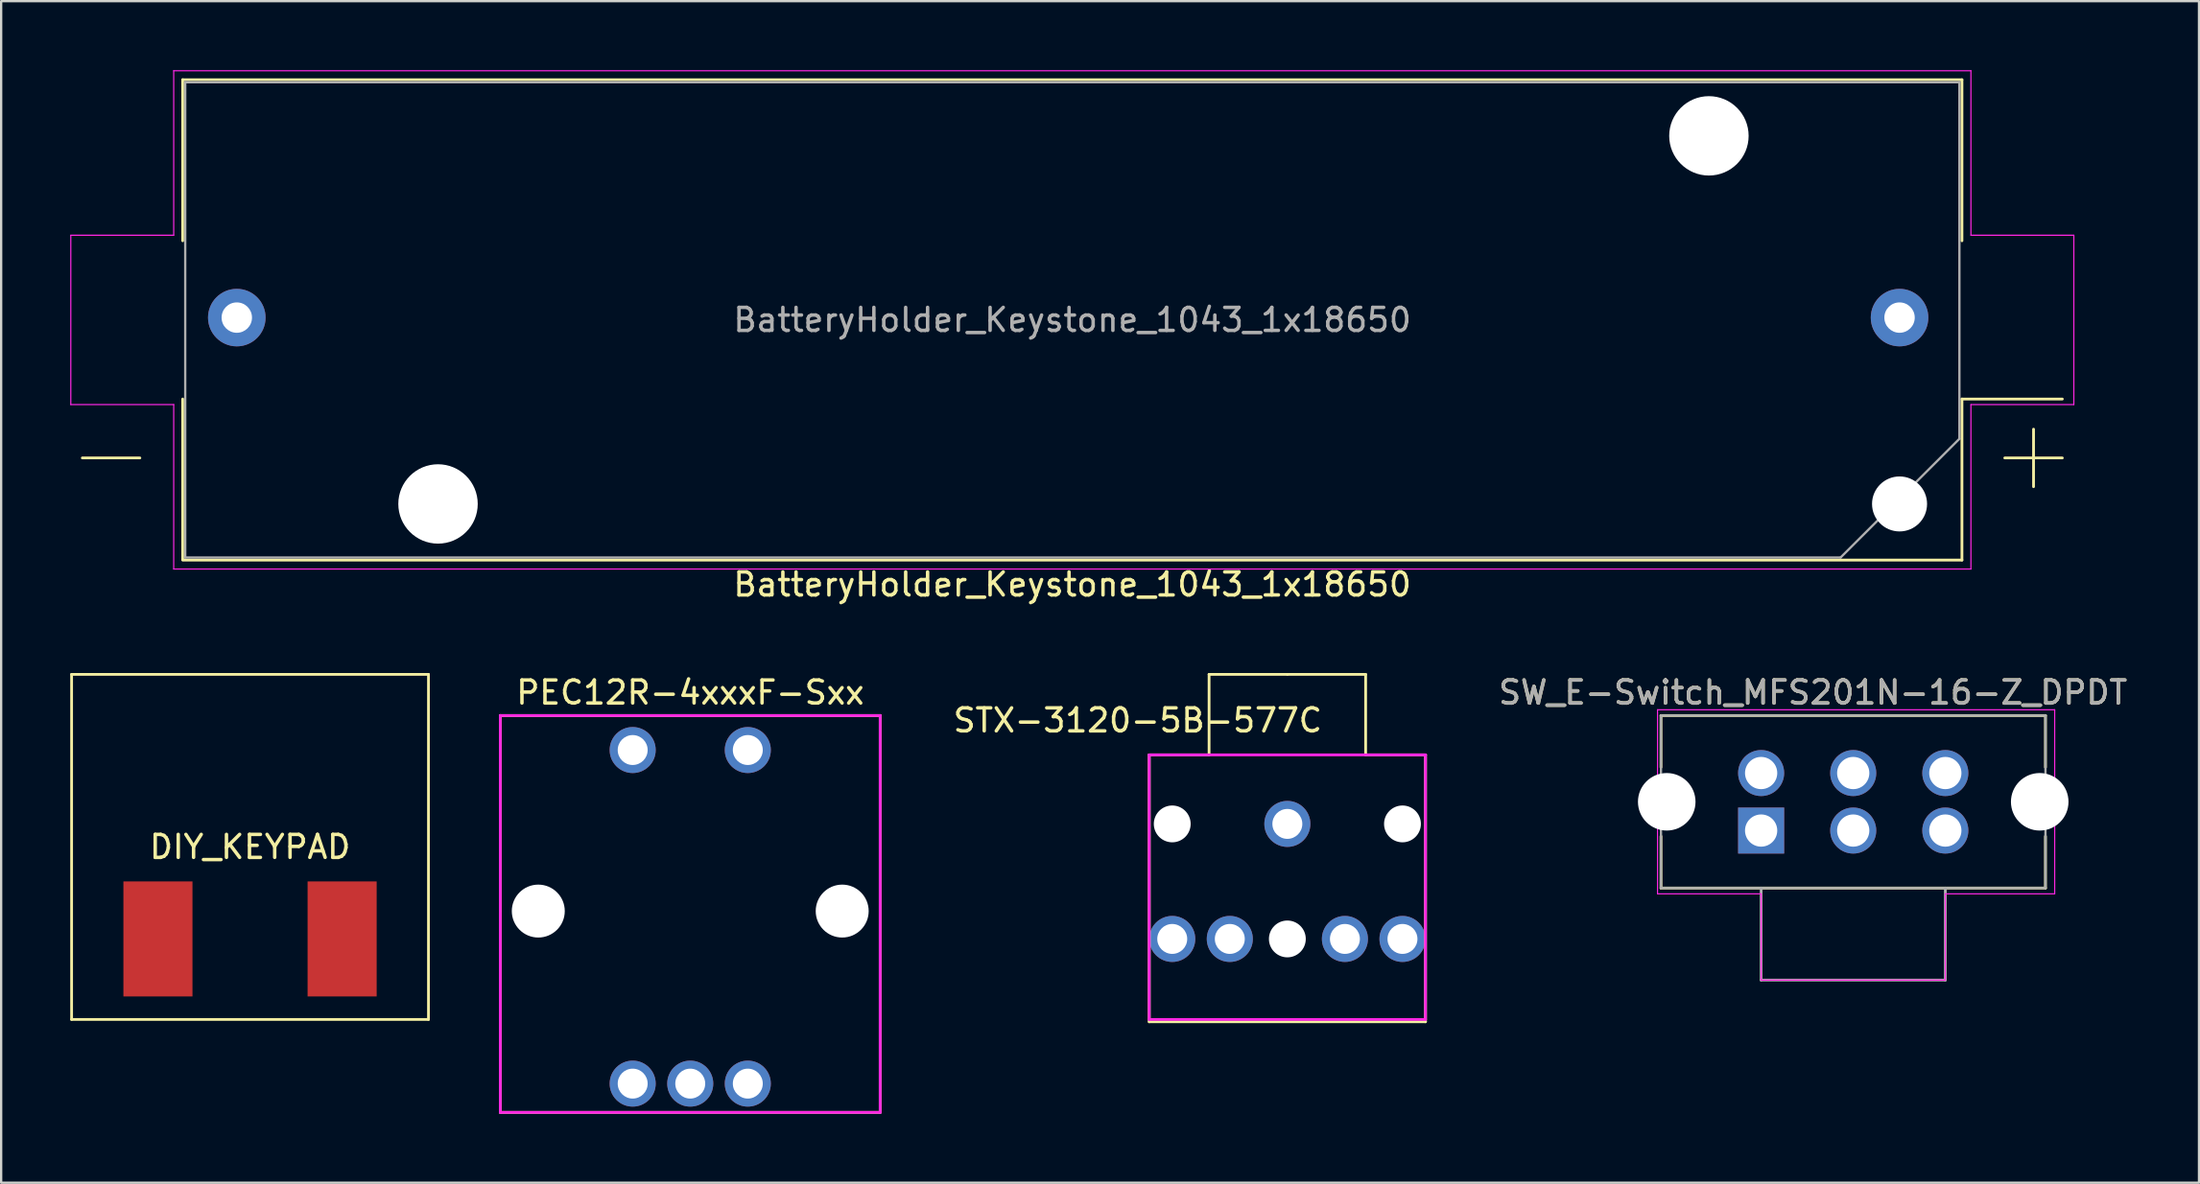
<source format=kicad_pcb>
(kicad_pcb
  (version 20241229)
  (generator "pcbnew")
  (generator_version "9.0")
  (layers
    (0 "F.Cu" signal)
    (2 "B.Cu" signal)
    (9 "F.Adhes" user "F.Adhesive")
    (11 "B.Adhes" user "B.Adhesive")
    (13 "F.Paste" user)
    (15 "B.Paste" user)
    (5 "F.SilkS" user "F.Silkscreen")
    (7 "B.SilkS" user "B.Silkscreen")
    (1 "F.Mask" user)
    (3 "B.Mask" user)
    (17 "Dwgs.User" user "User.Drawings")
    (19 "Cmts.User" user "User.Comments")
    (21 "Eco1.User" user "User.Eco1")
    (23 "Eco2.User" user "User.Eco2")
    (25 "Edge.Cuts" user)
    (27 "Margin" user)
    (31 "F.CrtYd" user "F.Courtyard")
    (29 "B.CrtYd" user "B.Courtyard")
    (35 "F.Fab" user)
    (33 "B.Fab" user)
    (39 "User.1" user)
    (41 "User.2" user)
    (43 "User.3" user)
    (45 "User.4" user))
  (footprint "STX-3120-5B-577C"
    (layer "F.Cu")
    (at 52.865 32.763)
    (property "Reference" "STX-3120-5B-577C" (at -6.5 -4.5 0) (layer "F.SilkS") (effects (font (size 1 1) (thickness 0.15))))
    (attr through_hole)
    (fp_line (start -6 -3) (end -3.4 -3) (stroke (width 0.12) (type solid)) (layer "F.SilkS"))
    (fp_line (start -6 8.6) (end -6 -3) (stroke (width 0.12) (type solid)) (layer "F.SilkS"))
    (fp_line (start -3.4 -6.5) (end 0 -6.5) (stroke (width 0.12) (type solid)) (layer "F.SilkS"))
    (fp_line (start -3.4 -3) (end -3.4 -6.5) (stroke (width 0.12) (type solid)) (layer "F.SilkS"))
    (fp_line (start 0 -6.5) (end 3.4 -6.5) (stroke (width 0.12) (type solid)) (layer "F.SilkS"))
    (fp_line (start 3.4 -6.5) (end 3.4 -3) (stroke (width 0.12) (type solid)) (layer "F.SilkS"))
    (fp_line (start 3.4 -3) (end 6 -3) (stroke (width 0.12) (type solid)) (layer "F.SilkS"))
    (fp_line (start 6 -3) (end 6 8.6) (stroke (width 0.12) (type solid)) (layer "F.SilkS"))
    (fp_line (start 6 8.6) (end -6 8.6) (stroke (width 0.12) (type solid)) (layer "F.SilkS"))
    (fp_line (start -6 -3) (end 6 -3) (stroke (width 0.12) (type solid)) (layer "F.CrtYd"))
    (fp_line (start -6 8.5) (end -6 -3) (stroke (width 0.12) (type solid)) (layer "F.CrtYd"))
    (fp_line (start 6 -3) (end 6 8.5) (stroke (width 0.12) (type solid)) (layer "F.CrtYd"))
    (fp_line (start 6 8.5) (end -6 8.5) (stroke (width 0.12) (type solid)) (layer "F.CrtYd"))
    (pad "" np_thru_hole circle (at -5 0) (size 1.6 1.6) (drill 1.6) (layers "*.Cu" "*.Mask"))
    (pad "" np_thru_hole circle (at 0 5) (size 1.6 1.6) (drill 1.6) (layers "*.Cu" "*.Mask"))
    (pad "" np_thru_hole circle (at 5 0) (size 1.6 1.6) (drill 1.6) (layers "*.Cu" "*.Mask"))
    (pad "1" thru_hole circle (at 0 0) (size 2 2) (drill 1.3) (layers "*.Cu" "*.Mask"))
    (pad "2" thru_hole circle (at 5 5) (size 2 2) (drill 1.3) (layers "*.Cu" "*.Mask"))
    (pad "3" thru_hole circle (at 2.5 5) (size 2 2) (drill 1.3) (layers "*.Cu" "*.Mask"))
    (pad "4" thru_hole circle (at -2.5 5) (size 2 2) (drill 1.3) (layers "*.Cu" "*.Mask"))
    (pad "5" thru_hole circle (at -5 5) (size 2 2) (drill 1.3) (layers "*.Cu" "*.Mask")))
  (footprint "DIY_KEYPAD"
    (layer "F.Cu")
    (at 7.81 33.763)
    (property "Reference" "DIY_KEYPAD" (at 0 0 0) (layer "F.SilkS") (effects (font (size 1 1) (thickness 0.15))))
    (attr through_hole)
    (fp_line (start -7.75 -7.5) (end 7.75 -7.5) (stroke (width 0.12) (type solid)) (layer "F.SilkS"))
    (fp_line (start -7.75 7.5) (end -7.75 -7.5) (stroke (width 0.12) (type solid)) (layer "F.SilkS"))
    (fp_line (start 7.75 -7.5) (end 7.75 7.5) (stroke (width 0.12) (type solid)) (layer "F.SilkS"))
    (fp_line (start 7.75 7.5) (end -7.75 7.5) (stroke (width 0.12) (type solid)) (layer "F.SilkS"))
    (pad "1" smd rect (at -4 4) (size 3 5) (layers "F.Cu" "F.Mask" "F.Paste"))
    (pad "2" smd rect (at 4 4) (size 3 5) (layers "F.Cu" "F.Mask" "F.Paste")))
  (footprint "PEC12R-4xxxF-Sxx"
    (layer "F.Cu")
    (at 26.93 29.552)
    (property "Reference" "PEC12R-4xxxF-Sxx" (at 0 -2.5 0) (layer "F.SilkS") (effects (font (size 1 1) (thickness 0.15))))
    (attr through_hole)
    (fp_line (start -8.25 -1.5) (end 8.25 -1.5) (stroke (width 0.12) (type solid)) (layer "F.SilkS"))
    (fp_line (start -8.25 7) (end -8.25 -1.5) (stroke (width 0.12) (type solid)) (layer "F.SilkS"))
    (fp_line (start -8.25 15.75) (end -8.25 7) (stroke (width 0.12) (type solid)) (layer "F.SilkS"))
    (fp_line (start 8.25 -1.5) (end 8.25 15.75) (stroke (width 0.12) (type solid)) (layer "F.SilkS"))
    (fp_line (start 8.25 15.75) (end -8.25 15.75) (stroke (width 0.12) (type solid)) (layer "F.SilkS"))
    (fp_line (start -8.25 -1.5) (end 8.25 -1.5) (stroke (width 0.12) (type solid)) (layer "F.CrtYd"))
    (fp_line (start -8.25 15.75) (end -8.25 -1.5) (stroke (width 0.12) (type solid)) (layer "F.CrtYd"))
    (fp_line (start 8.25 -1.5) (end 8.25 15.75) (stroke (width 0.12) (type solid)) (layer "F.CrtYd"))
    (fp_line (start 8.25 15.75) (end -8.25 15.75) (stroke (width 0.12) (type solid)) (layer "F.CrtYd"))
    (pad "" np_thru_hole circle (at -6.6 7) (size 2.3 2.3) (drill 2.3) (layers "*.Cu" "*.Mask"))
    (pad "" np_thru_hole circle (at 6.6 7) (size 2.3 2.3) (drill 2.3) (layers "*.Cu" "*.Mask"))
    (pad "1" thru_hole circle (at -2.5 0) (size 2 2) (drill 1.3) (layers "*.Cu" "*.Mask"))
    (pad "2" thru_hole circle (at 2.5 0) (size 2 2) (drill 1.3) (layers "*.Cu" "*.Mask"))
    (pad "3" thru_hole circle (at -2.5 14.5) (size 2 2) (drill 1.3) (layers "*.Cu" "*.Mask"))
    (pad "4" thru_hole circle (at 0 14.5) (size 2 2) (drill 1.3) (layers "*.Cu" "*.Mask"))
    (pad "5" thru_hole circle (at 2.5 14.5) (size 2 2) (drill 1.3) (layers "*.Cu" "*.Mask")))
  (footprint "BatteryHolder_Keystone_1043_1x18650"
    (layer "F.Cu")
    (at 43.525 10.855)
    (property "Reference" "BatteryHolder_Keystone_1043_1x18650" (at 0 11.5 180) (layer "F.SilkS") (effects (font (size 1 1) (thickness 0.15))))
    (attr through_hole)
    (fp_line (start -43 6) (end -40.5 6) (stroke (width 0.12) (type solid)) (layer "F.SilkS"))
    (fp_line (start -38.64 -10.44) (end 38.64 -10.44) (stroke (width 0.12) (type solid)) (layer "F.SilkS"))
    (fp_line (start -38.64 -3.44) (end -38.64 -10.44) (stroke (width 0.12) (type solid)) (layer "F.SilkS"))
    (fp_line (start -38.64 3.44) (end -38.64 10.42) (stroke (width 0.12) (type solid)) (layer "F.SilkS"))
    (fp_line (start -38.64 10.44) (end 38.64 10.44) (stroke (width 0.12) (type solid)) (layer "F.SilkS"))
    (fp_line (start 38.64 -10.44) (end 38.64 -3.44) (stroke (width 0.12) (type solid)) (layer "F.SilkS"))
    (fp_line (start 38.64 3.44) (end 43 3.44) (stroke (width 0.12) (type solid)) (layer "F.SilkS"))
    (fp_line (start 38.64 10.44) (end 38.64 3.44) (stroke (width 0.12) (type solid)) (layer "F.SilkS"))
    (fp_line (start 41.75 4.75) (end 41.75 7.25) (stroke (width 0.12) (type solid)) (layer "F.SilkS"))
    (fp_line (start 43 6) (end 40.5 6) (stroke (width 0.12) (type solid)) (layer "F.SilkS"))
    (fp_line (start -43.5 -3.68) (end -43.5 3.68) (stroke (width 0.05) (type solid)) (layer "F.CrtYd"))
    (fp_line (start -43.5 3.68) (end -39.03 3.68) (stroke (width 0.05) (type solid)) (layer "F.CrtYd"))
    (fp_line (start -39.03 -10.83) (end -39.03 -3.68) (stroke (width 0.05) (type solid)) (layer "F.CrtYd"))
    (fp_line (start -39.03 -3.68) (end -43.5 -3.68) (stroke (width 0.05) (type solid)) (layer "F.CrtYd"))
    (fp_line (start -39.03 10.83) (end -39.03 3.68) (stroke (width 0.05) (type solid)) (layer "F.CrtYd"))
    (fp_line (start 39.03 -10.83) (end -39.03 -10.83) (stroke (width 0.05) (type solid)) (layer "F.CrtYd"))
    (fp_line (start 39.03 -10.83) (end 39.03 -3.68) (stroke (width 0.05) (type solid)) (layer "F.CrtYd"))
    (fp_line (start 39.03 -3.68) (end 43.5 -3.68) (stroke (width 0.05) (type solid)) (layer "F.CrtYd"))
    (fp_line (start 39.03 10.83) (end -39.03 10.83) (stroke (width 0.05) (type solid)) (layer "F.CrtYd"))
    (fp_line (start 39.03 10.83) (end 39.03 3.68) (stroke (width 0.05) (type solid)) (layer "F.CrtYd"))
    (fp_line (start 43.5 -3.68) (end 43.5 3.68) (stroke (width 0.05) (type solid)) (layer "F.CrtYd"))
    (fp_line (start 43.5 3.68) (end 39.03 3.68) (stroke (width 0.05) (type solid)) (layer "F.CrtYd"))
    (fp_line (start -38.53 10.33) (end -38.53 -10.33) (stroke (width 0.1) (type solid)) (layer "F.Fab"))
    (fp_line (start 33.367 10.33) (end -38.53 10.33) (stroke (width 0.1) (type solid)) (layer "F.Fab"))
    (fp_line (start 33.367 10.33) (end 38.53 5.168) (stroke (width 0.1) (type solid)) (layer "F.Fab"))
    (fp_line (start 38.53 -10.33) (end -38.53 -10.33) (stroke (width 0.1) (type solid)) (layer "F.Fab"))
    (fp_line (start 38.53 5.168) (end 38.53 -10.33) (stroke (width 0.1) (type solid)) (layer "F.Fab"))
    (fp_text user "${REFERENCE}" (at 0 0 180) (layer "F.Fab") (effects (font (size 1 1) (thickness 0.15))))
    (pad "" np_thru_hole circle (at -27.55 8 180) (size 3.45 3.45) (drill 3.45) (layers "*.Cu" "*.Mask"))
    (pad "" np_thru_hole circle (at 27.65 -8 180) (size 3.45 3.45) (drill 3.45) (layers "*.Cu" "*.Mask"))
    (pad "" np_thru_hole circle (at 35.93 8 180) (size 2.39 2.39) (drill 2.39) (layers "*.Cu" "*.Mask"))
    (pad "1" thru_hole circle (at 35.93 -0.1 180) (size 2.5 2.5) (drill 1.32) (layers "*.Cu" "*.Mask"))
    (pad "2" thru_hole circle (at -36.29 -0.1 180) (size 2.5 2.5) (drill 1.32) (layers "*.Cu" "*.Mask")))
  (footprint "SW_E-Switch_MFS201N−16−Z_DPDT"
    (layer "F.Cu")
    (at 77.443 31.802)
    (property "Reference" "SW_E-Switch_MFS201N−16−Z_DPDT" (at -1.75 -4.75 0) (layer "F.SilkS") (effects (font (size 1 1) (thickness 0.15))))
    (attr through_hole)
    (fp_line (start -8.35 -3.75) (end -8.35 -1.5) (stroke (width 0.12) (type solid)) (layer "F.SilkS"))
    (fp_line (start -8.35 -3.75) (end 8.35 -3.75) (stroke (width 0.12) (type solid)) (layer "F.SilkS"))
    (fp_line (start -8.35 3.75) (end -8.35 1.5) (stroke (width 0.12) (type solid)) (layer "F.SilkS"))
    (fp_line (start -8.35 3.75) (end 8.35 3.75) (stroke (width 0.12) (type solid)) (layer "F.SilkS"))
    (fp_line (start 8.35 -3.75) (end 8.35 -1.5) (stroke (width 0.12) (type solid)) (layer "F.SilkS"))
    (fp_line (start 8.35 3.75) (end 8.35 1.5) (stroke (width 0.12) (type solid)) (layer "F.SilkS"))
    (fp_line (start -8.5 -4) (end 8.75 -4) (stroke (width 0.05) (type solid)) (layer "F.CrtYd"))
    (fp_line (start -8.5 4) (end -8.5 -4) (stroke (width 0.05) (type solid)) (layer "F.CrtYd"))
    (fp_line (start -4 4) (end -8.5 4) (stroke (width 0.05) (type solid)) (layer "F.CrtYd"))
    (fp_line (start -4 7.75) (end -4 4) (stroke (width 0.05) (type solid)) (layer "F.CrtYd"))
    (fp_line (start 4 4) (end 4 7.75) (stroke (width 0.05) (type solid)) (layer "F.CrtYd"))
    (fp_line (start 4 7.75) (end -4 7.75) (stroke (width 0.05) (type solid)) (layer "F.CrtYd"))
    (fp_line (start 8.75 -4) (end 8.75 4) (stroke (width 0.05) (type solid)) (layer "F.CrtYd"))
    (fp_line (start 8.75 4) (end 4 4) (stroke (width 0.05) (type solid)) (layer "F.CrtYd"))
    (fp_line (start -8.35 -3.75) (end -8.35 3.75) (stroke (width 0.1) (type solid)) (layer "F.Fab"))
    (fp_line (start -8.35 -3.75) (end 8.35 -3.75) (stroke (width 0.1) (type solid)) (layer "F.Fab"))
    (fp_line (start -8.35 3.75) (end 8.35 3.75) (stroke (width 0.1) (type solid)) (layer "F.Fab"))
    (fp_line (start -4 3.75) (end -4 7.75) (stroke (width 0.12) (type solid)) (layer "F.Fab"))
    (fp_line (start -4 7.75) (end 4 7.75) (stroke (width 0.12) (type solid)) (layer "F.Fab"))
    (fp_line (start 4 7.75) (end 4 3.75) (stroke (width 0.12) (type solid)) (layer "F.Fab"))
    (fp_line (start 8.35 -3.75) (end 8.35 3.75) (stroke (width 0.1) (type solid)) (layer "F.Fab"))
    (fp_text user "${REFERENCE}" (at -1.75 -4.75 0) (layer "F.Fab") (effects (font (size 1 1) (thickness 0.15))))
    (pad "" np_thru_hole circle (at -8.1 0) (size 2.5 2.5) (drill 2.5) (layers "*.Cu" "*.Mask"))
    (pad "" np_thru_hole circle (at 8.1 0) (size 2.5 2.5) (drill 2.5) (layers "*.Cu" "*.Mask"))
    (pad "1" thru_hole rect (at -4 1.25) (size 2 2) (drill 1.4) (layers "*.Cu" "*.Mask"))
    (pad "2" thru_hole circle (at 0 1.25) (size 2 2) (drill 1.4) (layers "*.Cu" "*.Mask"))
    (pad "3" thru_hole circle (at 4 1.25) (size 2 2) (drill 1.4) (layers "*.Cu" "*.Mask"))
    (pad "4" thru_hole circle (at -4 -1.25) (size 2 2) (drill 1.4) (layers "*.Cu" "*.Mask"))
    (pad "5" thru_hole circle (at 0 -1.25) (size 2 2) (drill 1.4) (layers "*.Cu" "*.Mask"))
    (pad "6" thru_hole circle (at 4 -1.25) (size 2 2) (drill 1.4) (layers "*.Cu" "*.Mask")))
  (gr_rect
    (start -3 -3)
    (end 92.461 48.361)
    (stroke (width 0.1) (type default))
    (fill no)
    (layer "Edge.Cuts")))
</source>
